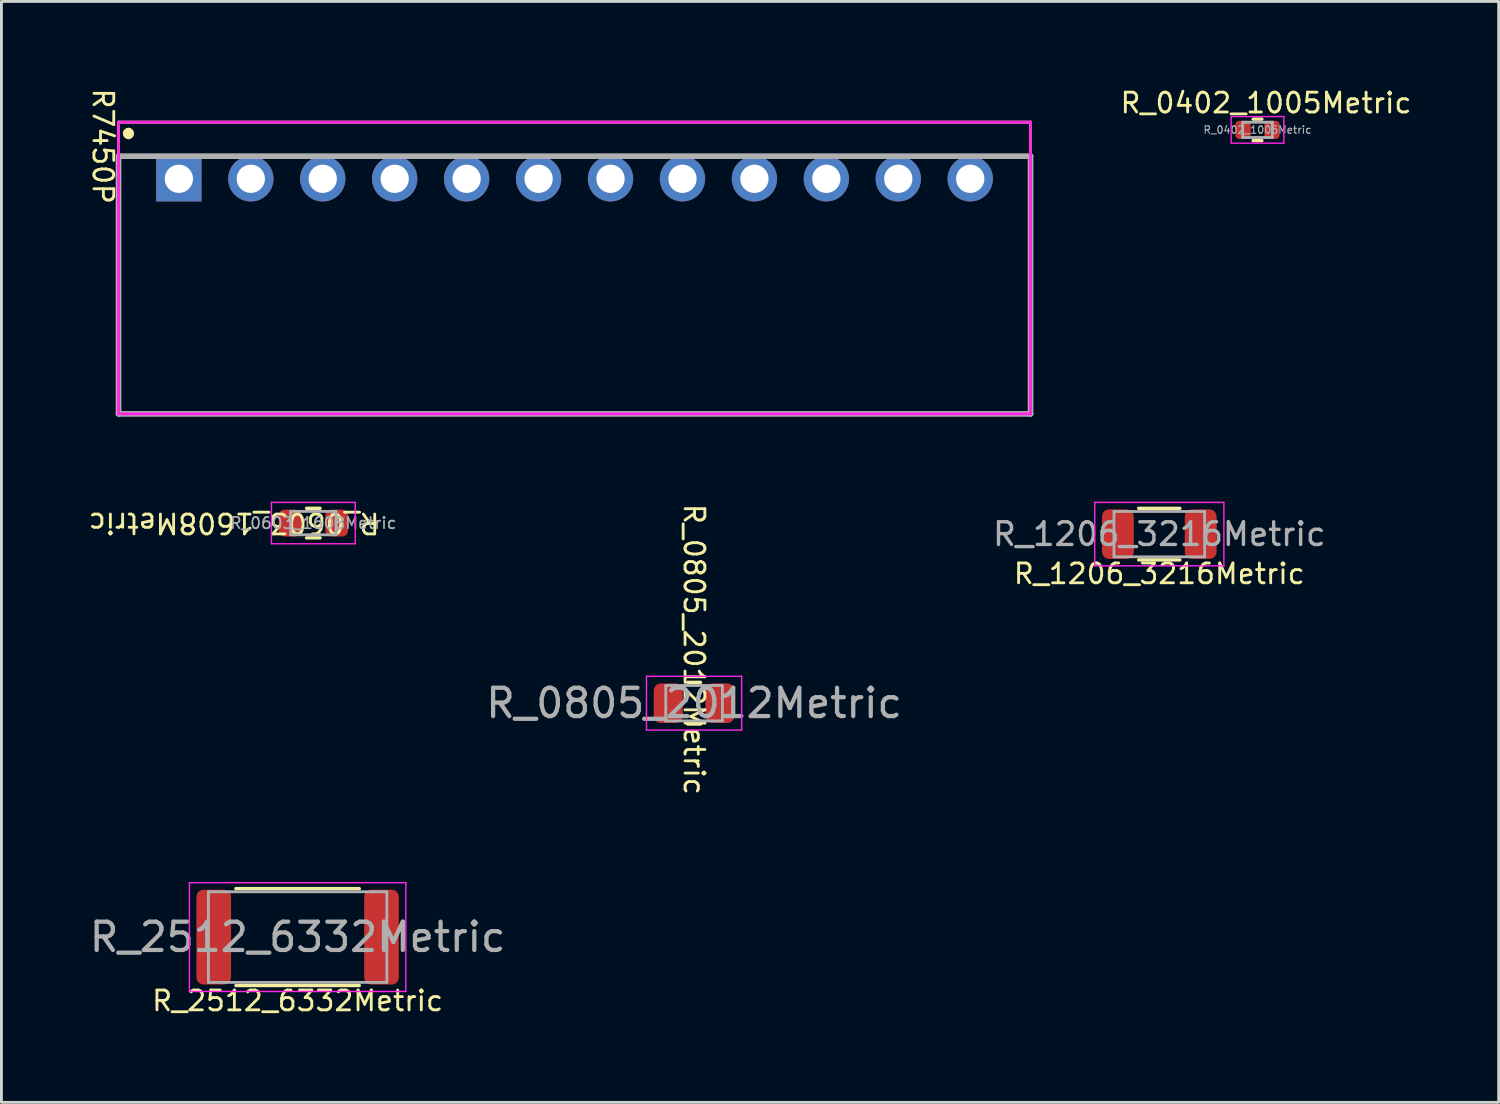
<source format=kicad_pcb>
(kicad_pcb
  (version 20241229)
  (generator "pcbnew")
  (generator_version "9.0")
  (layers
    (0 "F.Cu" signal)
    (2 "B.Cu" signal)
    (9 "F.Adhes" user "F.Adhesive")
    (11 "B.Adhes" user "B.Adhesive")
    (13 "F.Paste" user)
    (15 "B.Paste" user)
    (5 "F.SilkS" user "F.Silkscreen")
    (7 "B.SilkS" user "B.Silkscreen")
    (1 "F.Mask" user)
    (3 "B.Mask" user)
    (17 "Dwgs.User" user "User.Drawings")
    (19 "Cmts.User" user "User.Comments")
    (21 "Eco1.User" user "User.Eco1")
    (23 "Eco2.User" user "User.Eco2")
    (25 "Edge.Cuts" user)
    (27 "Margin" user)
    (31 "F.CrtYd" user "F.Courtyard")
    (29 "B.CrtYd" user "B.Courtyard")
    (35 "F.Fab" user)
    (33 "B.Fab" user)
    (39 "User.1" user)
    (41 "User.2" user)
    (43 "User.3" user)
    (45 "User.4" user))
  (footprint "R_1206_3216Metric"
    (layer "F.Cu")
    (at 37.88 15.808)
    (property "Reference" "R_1206_3216Metric" (at 0 1.4 0) (unlocked yes) (layer "F.SilkS") (effects (font (size 0.7 0.7) (thickness 0.1))))
    (attr smd exclude_from_pos_files exclude_from_bom)
    (fp_line (start -0.727 -0.91) (end 0.727 -0.91) (stroke (width 0.12) (type solid)) (layer "F.SilkS"))
    (fp_line (start -0.727 0.91) (end 0.727 0.91) (stroke (width 0.12) (type solid)) (layer "F.SilkS"))
    (fp_line (start -2.28 -1.12) (end 2.28 -1.12) (stroke (width 0.05) (type solid)) (layer "F.CrtYd"))
    (fp_line (start -2.28 1.12) (end -2.28 -1.12) (stroke (width 0.05) (type solid)) (layer "F.CrtYd"))
    (fp_line (start 2.28 -1.12) (end 2.28 1.12) (stroke (width 0.05) (type solid)) (layer "F.CrtYd"))
    (fp_line (start 2.28 1.12) (end -2.28 1.12) (stroke (width 0.05) (type solid)) (layer "F.CrtYd"))
    (fp_line (start -1.6 -0.8) (end 1.6 -0.8) (stroke (width 0.1) (type solid)) (layer "F.Fab"))
    (fp_line (start -1.6 0.8) (end -1.6 -0.8) (stroke (width 0.1) (type solid)) (layer "F.Fab"))
    (fp_line (start 1.6 -0.8) (end 1.6 0.8) (stroke (width 0.1) (type solid)) (layer "F.Fab"))
    (fp_line (start 1.6 0.8) (end -1.6 0.8) (stroke (width 0.1) (type solid)) (layer "F.Fab"))
    (fp_text user "${REFERENCE}" (at 0 0 0) (layer "F.Fab") (effects (font (size 0.8 0.8) (thickness 0.12))))
    (pad "1" smd roundrect (at -1.462 0 180) (size 1.125 1.75) (layers "F.Cu" "F.Mask" "F.Paste") (roundrect_rratio 0.222))
    (pad "2" smd roundrect (at 1.462 0 180) (size 1.125 1.75) (layers "F.Cu" "F.Mask" "F.Paste") (roundrect_rratio 0.222)))
  (footprint "R_0805_2012Metric"
    (layer "F.Cu")
    (at 21.455 21.777)
    (property "Reference" "R_0805_2012Metric" (at 0 -1.9 270) (unlocked yes) (layer "F.SilkS") (effects (font (size 0.7 0.7) (thickness 0.1))))
    (attr smd)
    (fp_line (start -0.227 -0.735) (end 0.227 -0.735) (stroke (width 0.12) (type solid)) (layer "F.SilkS"))
    (fp_line (start -0.227 0.735) (end 0.227 0.735) (stroke (width 0.12) (type solid)) (layer "F.SilkS"))
    (fp_line (start -1.68 -0.95) (end 1.68 -0.95) (stroke (width 0.05) (type solid)) (layer "F.CrtYd"))
    (fp_line (start -1.68 0.95) (end -1.68 -0.95) (stroke (width 0.05) (type solid)) (layer "F.CrtYd"))
    (fp_line (start 1.68 -0.95) (end 1.68 0.95) (stroke (width 0.05) (type solid)) (layer "F.CrtYd"))
    (fp_line (start 1.68 0.95) (end -1.68 0.95) (stroke (width 0.05) (type solid)) (layer "F.CrtYd"))
    (fp_line (start -1 -0.625) (end 1 -0.625) (stroke (width 0.1) (type solid)) (layer "F.Fab"))
    (fp_line (start -1 0.625) (end -1 -0.625) (stroke (width 0.1) (type solid)) (layer "F.Fab"))
    (fp_line (start 1 -0.625) (end 1 0.625) (stroke (width 0.1) (type solid)) (layer "F.Fab"))
    (fp_line (start 1 0.625) (end -1 0.625) (stroke (width 0.1) (type solid)) (layer "F.Fab"))
    (fp_text user "${REFERENCE}" (at 0 0 0) (unlocked yes) (layer "F.Fab") (effects (font (size 1 1) (thickness 0.15))))
    (pad "1" smd roundrect (at -0.912 0) (size 1.025 1.4) (layers "F.Cu" "F.Mask" "F.Paste") (roundrect_rratio 0.244))
    (pad "2" smd roundrect (at 0.912 0) (size 1.025 1.4) (layers "F.Cu" "F.Mask" "F.Paste") (roundrect_rratio 0.244)))
  (footprint "R_0603_1608Metric"
    (layer "F.Cu")
    (at 8.013 15.418)
    (property "Reference" "R_0603_1608Metric" (at -2.8 0 180) (unlocked yes) (layer "F.SilkS") (effects (font (size 0.7 0.7) (thickness 0.1))))
    (attr smd)
    (fp_line (start -0.237 -0.522) (end 0.237 -0.522) (stroke (width 0.12) (type solid)) (layer "F.SilkS"))
    (fp_line (start -0.237 0.522) (end 0.237 0.522) (stroke (width 0.12) (type solid)) (layer "F.SilkS"))
    (fp_line (start -1.48 -0.73) (end 1.48 -0.73) (stroke (width 0.05) (type solid)) (layer "F.CrtYd"))
    (fp_line (start -1.48 0.73) (end -1.48 -0.73) (stroke (width 0.05) (type solid)) (layer "F.CrtYd"))
    (fp_line (start 1.48 -0.73) (end 1.48 0.73) (stroke (width 0.05) (type solid)) (layer "F.CrtYd"))
    (fp_line (start 1.48 0.73) (end -1.48 0.73) (stroke (width 0.05) (type solid)) (layer "F.CrtYd"))
    (fp_line (start -0.8 -0.412) (end 0.8 -0.412) (stroke (width 0.1) (type solid)) (layer "F.Fab"))
    (fp_line (start -0.8 0.412) (end -0.8 -0.412) (stroke (width 0.1) (type solid)) (layer "F.Fab"))
    (fp_line (start 0.8 -0.412) (end 0.8 0.412) (stroke (width 0.1) (type solid)) (layer "F.Fab"))
    (fp_line (start 0.8 0.412) (end -0.8 0.412) (stroke (width 0.1) (type solid)) (layer "F.Fab"))
    (fp_text user "${REFERENCE}" (at 0 0 180) (layer "F.Fab") (effects (font (size 0.4 0.4) (thickness 0.06))))
    (pad "1" smd roundrect (at -0.825 0) (size 0.8 0.95) (layers "F.Cu" "F.Mask" "F.Paste") (roundrect_rratio 0.25))
    (pad "2" smd roundrect (at 0.825 0) (size 0.8 0.95) (layers "F.Cu" "F.Mask" "F.Paste") (roundrect_rratio 0.25)))
  (footprint "R_0402_1005Metric"
    (layer "F.Cu")
    (at 41.348 1.535)
    (property "Reference" "R_0402_1005Metric" (at 0.3 -0.95 0) (unlocked yes) (layer "F.SilkS") (effects (font (size 0.7 0.7) (thickness 0.1))))
    (attr smd)
    (fp_line (start -0.154 -0.38) (end 0.154 -0.38) (stroke (width 0.12) (type solid)) (layer "F.SilkS"))
    (fp_line (start -0.154 0.38) (end 0.154 0.38) (stroke (width 0.12) (type solid)) (layer "F.SilkS"))
    (fp_line (start -0.93 -0.47) (end 0.93 -0.47) (stroke (width 0.05) (type solid)) (layer "F.CrtYd"))
    (fp_line (start -0.93 0.47) (end -0.93 -0.47) (stroke (width 0.05) (type solid)) (layer "F.CrtYd"))
    (fp_line (start 0.93 -0.47) (end 0.93 0.47) (stroke (width 0.05) (type solid)) (layer "F.CrtYd"))
    (fp_line (start 0.93 0.47) (end -0.93 0.47) (stroke (width 0.05) (type solid)) (layer "F.CrtYd"))
    (fp_line (start -0.525 -0.27) (end 0.525 -0.27) (stroke (width 0.1) (type solid)) (layer "F.Fab"))
    (fp_line (start -0.525 0.27) (end -0.525 -0.27) (stroke (width 0.1) (type solid)) (layer "F.Fab"))
    (fp_line (start 0.525 -0.27) (end 0.525 0.27) (stroke (width 0.1) (type solid)) (layer "F.Fab"))
    (fp_line (start 0.525 0.27) (end -0.525 0.27) (stroke (width 0.1) (type solid)) (layer "F.Fab"))
    (fp_text user "${REFERENCE}" (at 0 0 0) (layer "F.Fab") (effects (font (size 0.26 0.26) (thickness 0.04))))
    (pad "1" smd roundrect (at -0.51 0) (size 0.54 0.64) (layers "F.Cu" "F.Mask" "F.Paste") (roundrect_rratio 0.25))
    (pad "2" smd roundrect (at 0.51 0) (size 0.54 0.64) (layers "F.Cu" "F.Mask" "F.Paste") (roundrect_rratio 0.25)))
  (footprint "R7450P"
    (layer "F.Cu")
    (at 17.235 3.263)
    (property "Reference" "R7450P" (at -16.65 -1.15 270) (unlocked yes) (layer "F.SilkS") (effects (font (size 0.7 0.7) (thickness 0.1))))
    (attr through_hole)
    (fp_line (start -16.1 -2) (end -16.1 8.3) (stroke (width 0.1) (type solid)) (layer "F.SilkS"))
    (fp_line (start -16.1 8.3) (end 16.1 8.3) (stroke (width 0.1) (type solid)) (layer "F.SilkS"))
    (fp_line (start -15.75 -1.7) (end -15.75 -1.7) (stroke (width 0.2) (type solid)) (layer "F.SilkS"))
    (fp_line (start -15.75 -1.5) (end -15.75 -1.5) (stroke (width 0.2) (type solid)) (layer "F.SilkS"))
    (fp_line (start 16.1 -2) (end -16.1 -2) (stroke (width 0.1) (type solid)) (layer "F.SilkS"))
    (fp_line (start 16.1 8.3) (end 16.1 -2) (stroke (width 0.1) (type solid)) (layer "F.SilkS"))
    (fp_arc (start -15.75 -1.7) (mid -15.65 -1.6) (end -15.75 -1.5) (stroke (width 0.2) (type solid)) (layer "F.SilkS"))
    (fp_arc (start -15.75 -1.5) (mid -15.85 -1.6) (end -15.75 -1.7) (stroke (width 0.2) (type solid)) (layer "F.SilkS"))
    (fp_line (start -16.1 -2) (end 16.1 -2) (stroke (width 0.1) (type solid)) (layer "F.CrtYd"))
    (fp_line (start -16.1 8.3) (end -16.1 -2) (stroke (width 0.1) (type solid)) (layer "F.CrtYd"))
    (fp_line (start 16.1 -2) (end 16.1 8.3) (stroke (width 0.1) (type solid)) (layer "F.CrtYd"))
    (fp_line (start 16.1 8.3) (end -16.1 8.3) (stroke (width 0.1) (type solid)) (layer "F.CrtYd"))
    (fp_line (start -16.1 -0.8) (end 16.1 -0.8) (stroke (width 0.2) (type solid)) (layer "F.Fab"))
    (fp_line (start -16.1 8.3) (end -16.1 -0.8) (stroke (width 0.2) (type solid)) (layer "F.Fab"))
    (fp_line (start 16.1 -0.8) (end 16.1 8.3) (stroke (width 0.2) (type solid)) (layer "F.Fab"))
    (fp_line (start 16.1 8.3) (end -16.1 8.3) (stroke (width 0.2) (type solid)) (layer "F.Fab"))
    (pad "1" thru_hole rect (at -13.97 0) (size 1.6 1.6) (drill 1) (layers "*.Cu" "*.Mask"))
    (pad "2" thru_hole circle (at -11.43 0) (size 1.6 1.6) (drill 1) (layers "*.Cu" "*.Mask"))
    (pad "3" thru_hole circle (at -8.89 0) (size 1.6 1.6) (drill 1) (layers "*.Cu" "*.Mask"))
    (pad "4" thru_hole circle (at -6.35 0) (size 1.6 1.6) (drill 1) (layers "*.Cu" "*.Mask"))
    (pad "5" thru_hole circle (at -3.81 0) (size 1.6 1.6) (drill 1) (layers "*.Cu" "*.Mask"))
    (pad "6" thru_hole circle (at -1.27 0) (size 1.6 1.6) (drill 1) (layers "*.Cu" "*.Mask"))
    (pad "7" thru_hole circle (at 1.27 0) (size 1.6 1.6) (drill 1) (layers "*.Cu" "*.Mask"))
    (pad "8" thru_hole circle (at 3.81 0) (size 1.6 1.6) (drill 1) (layers "*.Cu" "*.Mask"))
    (pad "9" thru_hole circle (at 6.35 0) (size 1.6 1.6) (drill 1) (layers "*.Cu" "*.Mask"))
    (pad "10" thru_hole circle (at 8.89 0) (size 1.6 1.6) (drill 1) (layers "*.Cu" "*.Mask"))
    (pad "11" thru_hole circle (at 11.43 0) (size 1.6 1.6) (drill 1) (layers "*.Cu" "*.Mask"))
    (pad "12" thru_hole circle (at 13.97 0) (size 1.6 1.6) (drill 1) (layers "*.Cu" "*.Mask")))
  (footprint "R_2512_6332Metric"
    (layer "F.Cu")
    (at 7.458 30.035)
    (property "Reference" "R_2512_6332Metric" (at 0 2.25 0) (unlocked yes) (layer "F.SilkS") (effects (font (size 0.7 0.7) (thickness 0.1))))
    (attr smd)
    (fp_line (start -2.177 -1.71) (end 2.177 -1.71) (stroke (width 0.12) (type solid)) (layer "F.SilkS"))
    (fp_line (start -2.177 1.71) (end 2.177 1.71) (stroke (width 0.12) (type solid)) (layer "F.SilkS"))
    (fp_line (start -3.82 -1.92) (end 3.82 -1.92) (stroke (width 0.05) (type solid)) (layer "F.CrtYd"))
    (fp_line (start -3.82 1.92) (end -3.82 -1.92) (stroke (width 0.05) (type solid)) (layer "F.CrtYd"))
    (fp_line (start 3.82 -1.92) (end 3.82 1.92) (stroke (width 0.05) (type solid)) (layer "F.CrtYd"))
    (fp_line (start 3.82 1.92) (end -3.82 1.92) (stroke (width 0.05) (type solid)) (layer "F.CrtYd"))
    (fp_line (start -3.15 -1.6) (end 3.15 -1.6) (stroke (width 0.1) (type solid)) (layer "F.Fab"))
    (fp_line (start -3.15 1.6) (end -3.15 -1.6) (stroke (width 0.1) (type solid)) (layer "F.Fab"))
    (fp_line (start 3.15 -1.6) (end 3.15 1.6) (stroke (width 0.1) (type solid)) (layer "F.Fab"))
    (fp_line (start 3.15 1.6) (end -3.15 1.6) (stroke (width 0.1) (type solid)) (layer "F.Fab"))
    (fp_text user "${REFERENCE}" (at 0 0 0) (unlocked yes) (layer "F.Fab") (effects (font (size 1 1) (thickness 0.15))))
    (pad "1" smd roundrect (at -2.962 0) (size 1.225 3.35) (layers "F.Cu" "F.Mask" "F.Paste") (roundrect_rratio 0.204))
    (pad "2" smd roundrect (at 2.962 0) (size 1.225 3.35) (layers "F.Cu" "F.Mask" "F.Paste") (roundrect_rratio 0.204)))
  (gr_rect
    (start -3 -3)
    (end 49.862 35.87)
    (stroke (width 0.1) (type default))
    (fill no)
    (layer "Edge.Cuts")))
</source>
